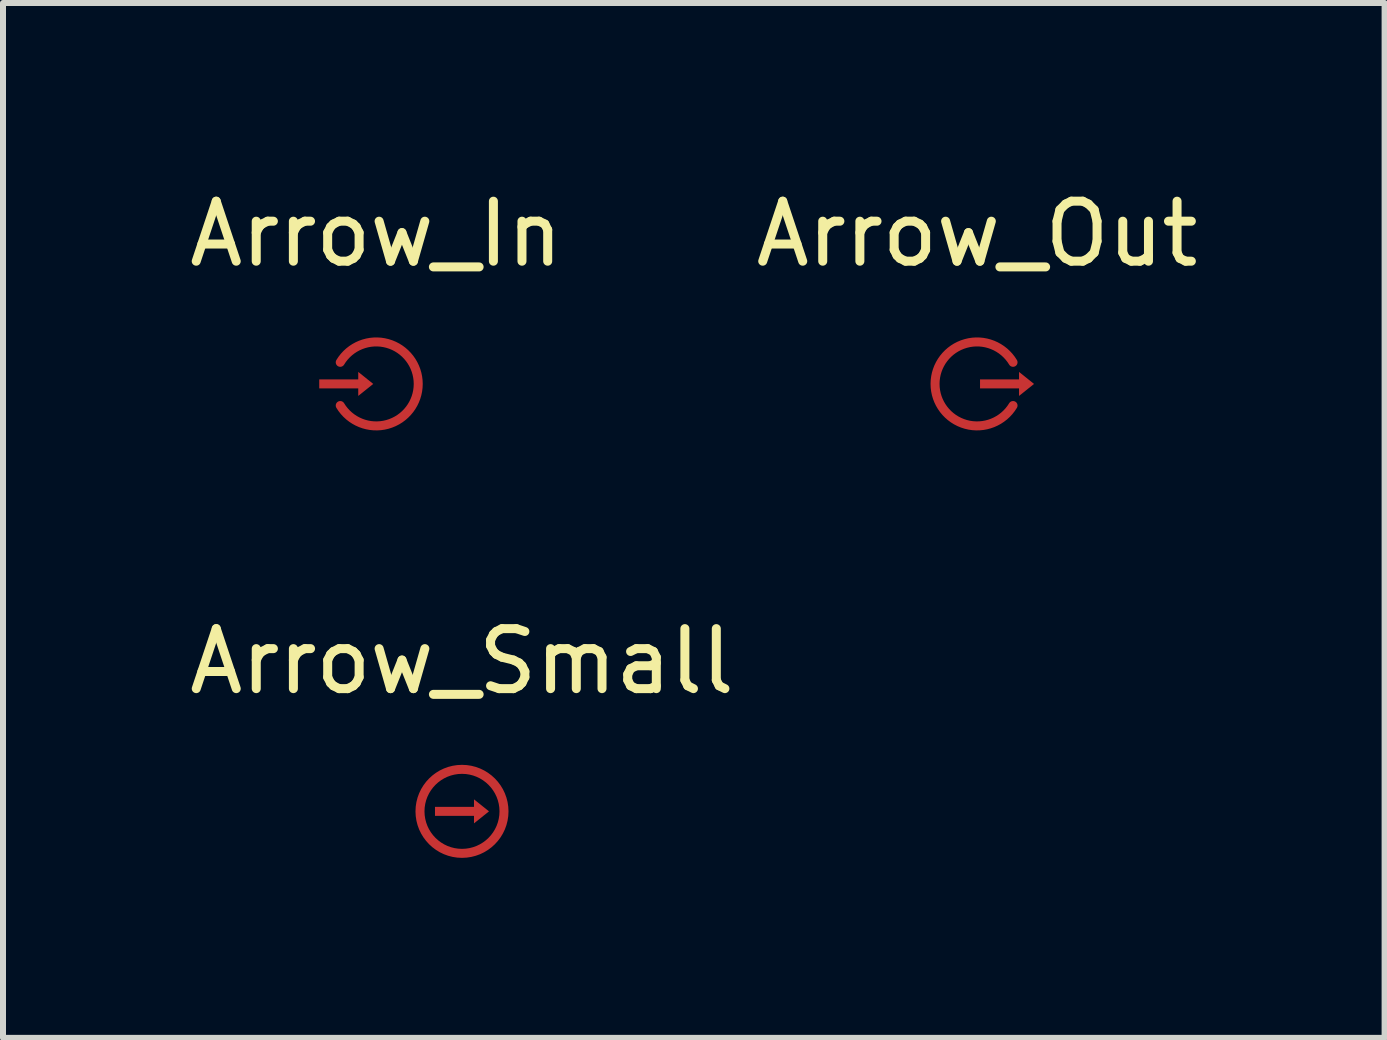
<source format=kicad_pcb>
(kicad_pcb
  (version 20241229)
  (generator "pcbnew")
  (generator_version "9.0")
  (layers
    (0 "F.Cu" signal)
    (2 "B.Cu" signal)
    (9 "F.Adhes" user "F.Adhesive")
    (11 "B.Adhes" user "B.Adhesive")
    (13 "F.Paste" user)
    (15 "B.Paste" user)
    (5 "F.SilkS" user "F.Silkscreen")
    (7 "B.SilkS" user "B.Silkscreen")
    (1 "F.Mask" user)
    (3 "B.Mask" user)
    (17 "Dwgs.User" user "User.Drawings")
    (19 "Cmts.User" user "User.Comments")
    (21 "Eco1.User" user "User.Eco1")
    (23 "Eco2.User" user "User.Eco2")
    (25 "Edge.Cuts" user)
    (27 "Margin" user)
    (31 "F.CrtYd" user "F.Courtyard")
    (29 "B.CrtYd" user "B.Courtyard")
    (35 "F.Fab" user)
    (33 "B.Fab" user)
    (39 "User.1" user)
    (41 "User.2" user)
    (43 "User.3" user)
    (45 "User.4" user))
  (footprint "Arrow_In"
    (layer "F.Cu")
    (at 3.22 3.348)
    (property "Reference" "Arrow_In" (at 0 -2.5 0) (unlocked yes) (layer "F.SilkS") (effects (font (size 1 1) (thickness 0.15))))
    (attr exclude_from_pos_files exclude_from_bom allow_missing_courtyard)
    (fp_arc (start -0.6 -0.36) (mid 0.699714 0) (end -0.6 0.36) (stroke (width 0.15) (type solid)) (layer "F.Cu"))
    (fp_poly (pts (xy -0.3 0.2) (xy -0.3 0.075) (xy -0.95 0.075) (xy -0.95 -0.075) (xy -0.3 -0.075) (xy -0.3 -0.2) (xy -0.05 0)) (stroke (width 0) (type solid)) (fill yes) (layer "F.Cu"))
    (fp_arc (start -0.6 -0.36) (mid 0.699714 0) (end -0.6 0.36) (stroke (width 0.15) (type solid)) (layer "F.Mask"))
    (fp_poly (pts (xy -0.3 0.2) (xy -0.3 0.075) (xy -0.95 0.075) (xy -0.95 -0.075) (xy -0.3 -0.075) (xy -0.3 -0.2) (xy -0.05 0)) (stroke (width 0) (type solid)) (fill yes) (layer "F.Mask")))
  (footprint "Arrow_Out"
    (layer "F.Cu")
    (at 13.232 3.348)
    (property "Reference" "Arrow_Out" (at 0 -2.5 0) (unlocked yes) (layer "F.SilkS") (effects (font (size 1 1) (thickness 0.15))))
    (attr exclude_from_pos_files exclude_from_bom allow_missing_courtyard)
    (fp_arc (start 0.6 0.36) (mid -0.699714 0) (end 0.6 -0.36) (stroke (width 0.15) (type solid)) (layer "F.Cu"))
    (fp_poly (pts (xy 0.7 0.2) (xy 0.7 0.075) (xy 0.05 0.075) (xy 0.05 -0.075) (xy 0.7 -0.075) (xy 0.7 -0.2) (xy 0.95 0)) (stroke (width 0) (type solid)) (fill yes) (layer "F.Cu"))
    (fp_arc (start 0.6 0.36) (mid -0.699714 0) (end 0.6 -0.36) (stroke (width 0.15) (type solid)) (layer "F.Mask"))
    (fp_poly (pts (xy 0.7 0.2) (xy 0.7 0.075) (xy 0.05 0.075) (xy 0.05 -0.075) (xy 0.7 -0.075) (xy 0.7 -0.2) (xy 0.95 0)) (stroke (width 0) (type solid)) (fill yes) (layer "F.Mask")))
  (footprint "Arrow_Small"
    (layer "F.Cu")
    (at 4.649 10.471)
    (property "Reference" "Arrow_Small" (at 0 -2.5 0) (unlocked yes) (layer "F.SilkS") (effects (font (size 1 1) (thickness 0.15))))
    (attr exclude_from_pos_files exclude_from_bom allow_missing_courtyard)
    (fp_circle (center 0 0) (end 0.7 0) (stroke (width 0.15) (type solid)) (fill no) (layer "F.Cu"))
    (fp_poly (pts (xy 0.2 0.2) (xy 0.2 0.075) (xy -0.45 0.075) (xy -0.45 -0.075) (xy 0.2 -0.075) (xy 0.2 -0.2) (xy 0.45 0)) (stroke (width 0) (type solid)) (fill yes) (layer "F.Cu"))
    (fp_circle (center 0 0) (end 0.7 0) (stroke (width 0.15) (type solid)) (fill no) (layer "F.Mask"))
    (fp_poly (pts (xy 0.2 0.2) (xy 0.2 0.075) (xy -0.45 0.075) (xy -0.45 -0.075) (xy 0.2 -0.075) (xy 0.2 -0.2) (xy 0.45 0)) (stroke (width 0) (type solid)) (fill yes) (layer "F.Mask")))
  (gr_rect
    (start -3 -3)
    (end 20.024 14.246)
    (stroke (width 0.1) (type default))
    (fill no)
    (layer "Edge.Cuts")))
</source>
